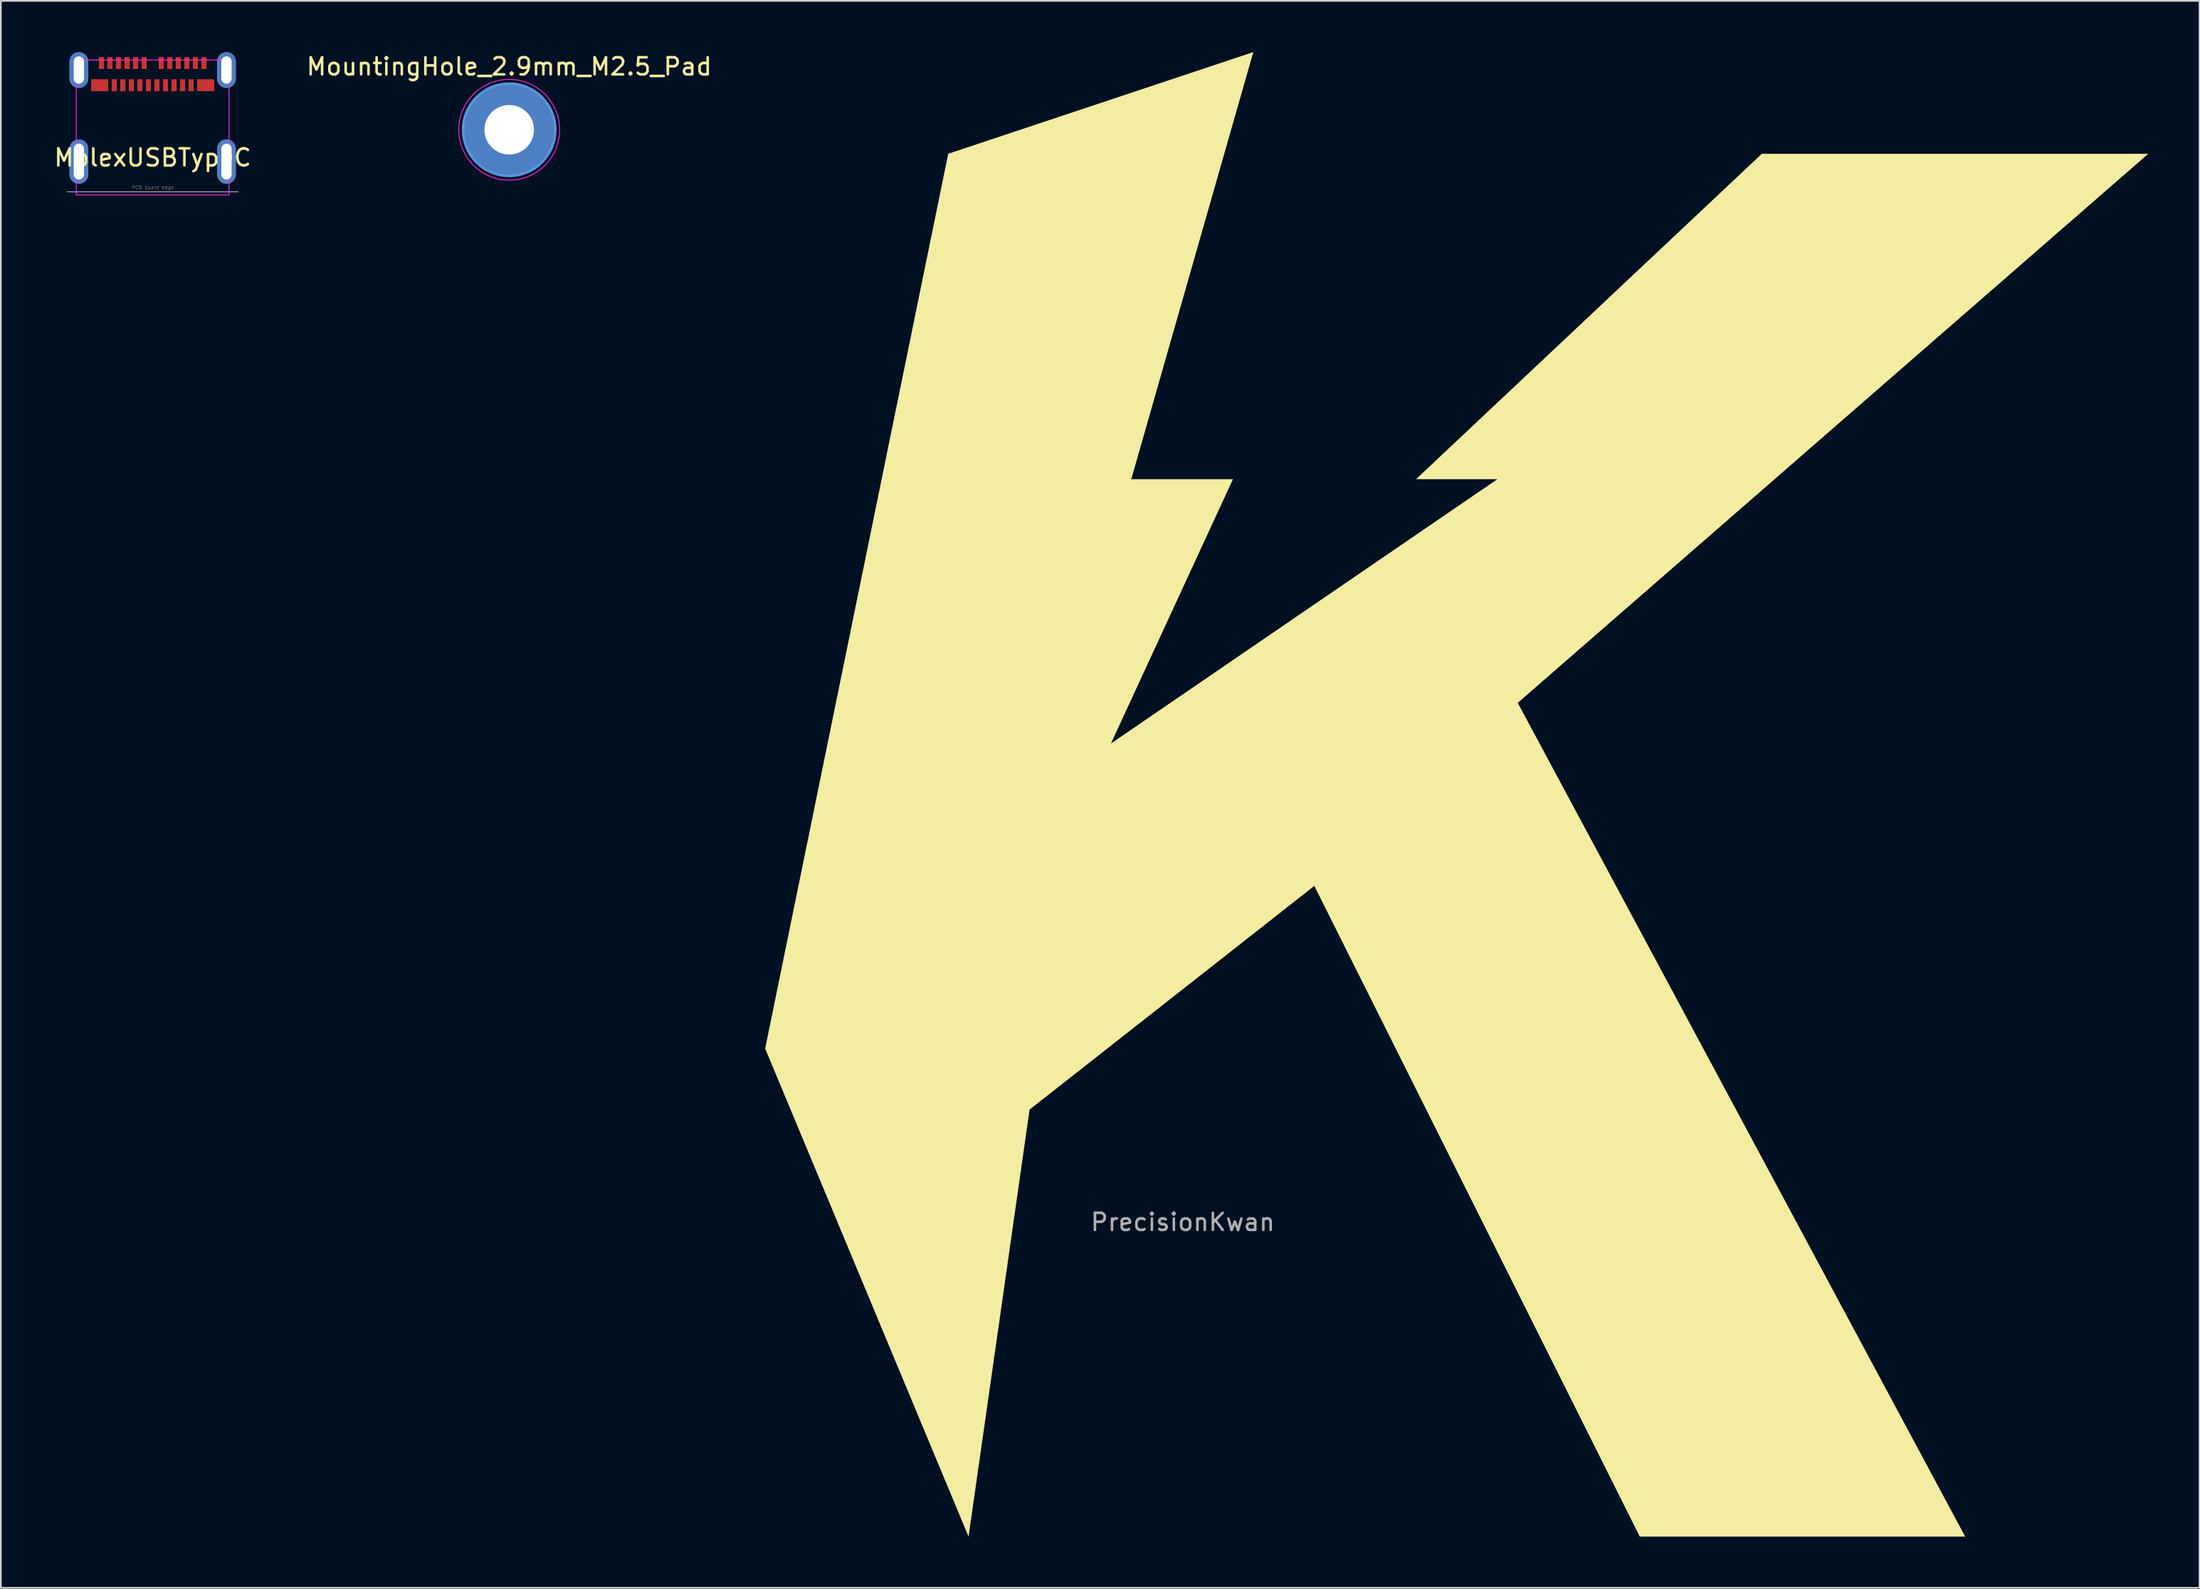
<source format=kicad_pcb>
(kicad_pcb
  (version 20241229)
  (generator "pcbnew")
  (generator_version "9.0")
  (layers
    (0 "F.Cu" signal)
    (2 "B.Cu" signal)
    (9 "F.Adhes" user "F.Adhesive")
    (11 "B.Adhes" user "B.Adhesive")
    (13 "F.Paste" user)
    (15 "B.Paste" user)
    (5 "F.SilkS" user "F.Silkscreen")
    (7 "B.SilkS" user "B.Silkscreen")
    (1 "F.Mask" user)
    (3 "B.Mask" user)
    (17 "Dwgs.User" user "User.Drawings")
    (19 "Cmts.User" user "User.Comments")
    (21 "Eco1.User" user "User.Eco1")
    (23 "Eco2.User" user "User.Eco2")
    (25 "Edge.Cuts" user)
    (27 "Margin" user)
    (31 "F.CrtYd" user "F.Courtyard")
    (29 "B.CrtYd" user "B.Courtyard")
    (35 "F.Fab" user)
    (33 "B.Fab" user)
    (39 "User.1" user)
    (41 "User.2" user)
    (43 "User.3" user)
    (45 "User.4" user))
  (footprint "MolexUSBTypeC"
    (layer "F.Cu")
    (at 5.887 8.18)
    (property "Reference" "MolexUSBTypeC" (at 0 -2 0) (layer "F.SilkS") (effects (font (size 1 1) (thickness 0.15))))
    (attr through_hole)
    (fp_line (start -4.47 -7.72) (end -4.47 0.18) (stroke (width 0.05) (type solid)) (layer "F.CrtYd"))
    (fp_line (start 4.47 -7.72) (end -4.47 -7.72) (stroke (width 0.05) (type solid)) (layer "F.CrtYd"))
    (fp_line (start 4.47 -7.72) (end 4.47 0.18) (stroke (width 0.05) (type solid)) (layer "F.CrtYd"))
    (fp_line (start 4.47 0.18) (end -4.47 0.18) (stroke (width 0.05) (type solid)) (layer "F.CrtYd"))
    (fp_line (start -5 0) (end 5 0) (stroke (width 0.05) (type solid)) (layer "F.Fab"))
    (fp_text user "PCB board edge" (at 0 -0.25 0) (layer "F.Fab") (effects (font (size 0.2 0.2) (thickness 0.015))))
    (pad "A1" smd rect (at -3 -7.54) (size 0.3 0.7) (layers "F.Cu" "F.Mask" "F.Paste"))
    (pad "A2" smd rect (at -2.5 -7.54) (size 0.3 0.7) (layers "F.Cu" "F.Mask" "F.Paste"))
    (pad "A3" smd rect (at -2 -7.54) (size 0.3 0.7) (layers "F.Cu" "F.Mask" "F.Paste"))
    (pad "A4" smd rect (at -1.5 -7.54) (size 0.3 0.7) (layers "F.Cu" "F.Mask" "F.Paste"))
    (pad "A5" smd rect (at -1 -7.54) (size 0.3 0.7) (layers "F.Cu" "F.Mask" "F.Paste"))
    (pad "A6" smd rect (at -0.5 -7.54) (size 0.3 0.7) (layers "F.Cu" "F.Mask" "F.Paste"))
    (pad "A7" smd rect (at 0.5 -7.54) (size 0.3 0.7) (layers "F.Cu" "F.Mask" "F.Paste"))
    (pad "A8" smd rect (at 1 -7.54) (size 0.3 0.7) (layers "F.Cu" "F.Mask" "F.Paste"))
    (pad "A9" smd rect (at 1.5 -7.54) (size 0.3 0.7) (layers "F.Cu" "F.Mask" "F.Paste"))
    (pad "A10" smd rect (at 2 -7.54) (size 0.3 0.7) (layers "F.Cu" "F.Mask" "F.Paste"))
    (pad "A11" smd rect (at 2.5 -7.54) (size 0.3 0.7) (layers "F.Cu" "F.Mask" "F.Paste"))
    (pad "A12" smd rect (at 3 -7.54) (size 0.3 0.7) (layers "F.Cu" "F.Mask" "F.Paste"))
    (pad "B1" smd rect (at 3.1 -6.24) (size 1 0.7) (layers "F.Cu" "F.Mask" "F.Paste"))
    (pad "B2" smd rect (at 2.25 -6.24) (size 0.3 0.7) (layers "F.Cu" "F.Mask" "F.Paste"))
    (pad "B3" smd rect (at 1.75 -6.24) (size 0.3 0.7) (layers "F.Cu" "F.Mask" "F.Paste"))
    (pad "B4" smd rect (at 1.25 -6.24) (size 0.3 0.7) (layers "F.Cu" "F.Mask" "F.Paste"))
    (pad "B5" smd rect (at 0.75 -6.24) (size 0.3 0.7) (layers "F.Cu" "F.Mask" "F.Paste"))
    (pad "B6" smd rect (at 0.25 -6.24) (size 0.3 0.7) (layers "F.Cu" "F.Mask" "F.Paste"))
    (pad "B7" smd rect (at -0.25 -6.24) (size 0.3 0.7) (layers "F.Cu" "F.Mask" "F.Paste"))
    (pad "B8" smd rect (at -0.75 -6.24) (size 0.3 0.7) (layers "F.Cu" "F.Mask" "F.Paste"))
    (pad "B9" smd rect (at -1.25 -6.24) (size 0.3 0.7) (layers "F.Cu" "F.Mask" "F.Paste"))
    (pad "B10" smd rect (at -1.75 -6.24) (size 0.3 0.7) (layers "F.Cu" "F.Mask" "F.Paste"))
    (pad "B11" smd rect (at -2.25 -6.24) (size 0.3 0.7) (layers "F.Cu" "F.Mask" "F.Paste"))
    (pad "B12" smd rect (at -3.1 -6.24) (size 1 0.7) (layers "F.Cu" "F.Mask" "F.Paste"))
    (pad "CASE" thru_hole oval (at -4.32 -7.13) (size 1.1 2.1) (drill oval 0.6 1.6) (layers "*.Cu" "*.Mask"))
    (pad "CASE" thru_hole oval (at -4.32 -1.77) (size 1.1 2.6) (drill oval 0.6 2.1) (layers "*.Cu" "*.Mask"))
    (pad "CASE" thru_hole oval (at 4.32 -7.13) (size 1.1 2.1) (drill oval 0.6 1.6) (layers "*.Cu" "*.Mask"))
    (pad "CASE" thru_hole oval (at 4.32 -1.77) (size 1.1 2.6) (drill oval 0.6 2.1) (layers "*.Cu" "*.Mask")))
  (footprint "PrecisionKwan"
    (layer "F.Cu")
    (at 75.076 39.291)
    (property "Reference" "PrecisionKwan" (at -8.89 29.21 0) (layer "F.Fab") (effects (font (size 1 1) (thickness 0.15))))
    (attr through_hole)
    (fp_poly (pts (xy -22.622 -33.337) (xy -4.763 -39.291) (xy -11.906 -14.287) (xy -5.953 -14.287) (xy -13.097 1.191) (xy 9.525 -14.287) (xy 4.763 -14.287) (xy 25.003 -33.337) (xy 47.625 -33.337) (xy 10.716 -1.191) (xy 36.909 47.625) (xy 17.859 47.625) (xy -1.191 9.525) (xy -17.859 22.622) (xy -21.431 47.625) (xy -33.337 19.05)) (stroke (width 0) (type solid)) (fill yes) (layer "F.SilkS")))
  (footprint "MountingHole_2.9mm_M2.5_Pad"
    (layer "F.Cu")
    (at 26.756 4.548)
    (property "Reference" "MountingHole_2.9mm_M2.5_Pad" (at 0 -3.7 0) (layer "F.SilkS") (effects (font (size 1 1) (thickness 0.15))))
    (attr through_hole)
    (fp_circle (center 0 0) (end 2.7 0) (stroke (width 0.15) (type solid)) (fill no) (layer "Cmts.User"))
    (fp_circle (center 0 0) (end 2.95 0) (stroke (width 0.05) (type solid)) (fill no) (layer "F.CrtYd"))
    (pad "1" thru_hole circle (at 0 0) (size 5.4 5.4) (drill 2.9) (layers "*.Cu" "*.Mask")))
  (gr_rect
    (start -3 -3)
    (end 125.701 89.916)
    (stroke (width 0.1) (type default))
    (fill no)
    (layer "Edge.Cuts")))
</source>
